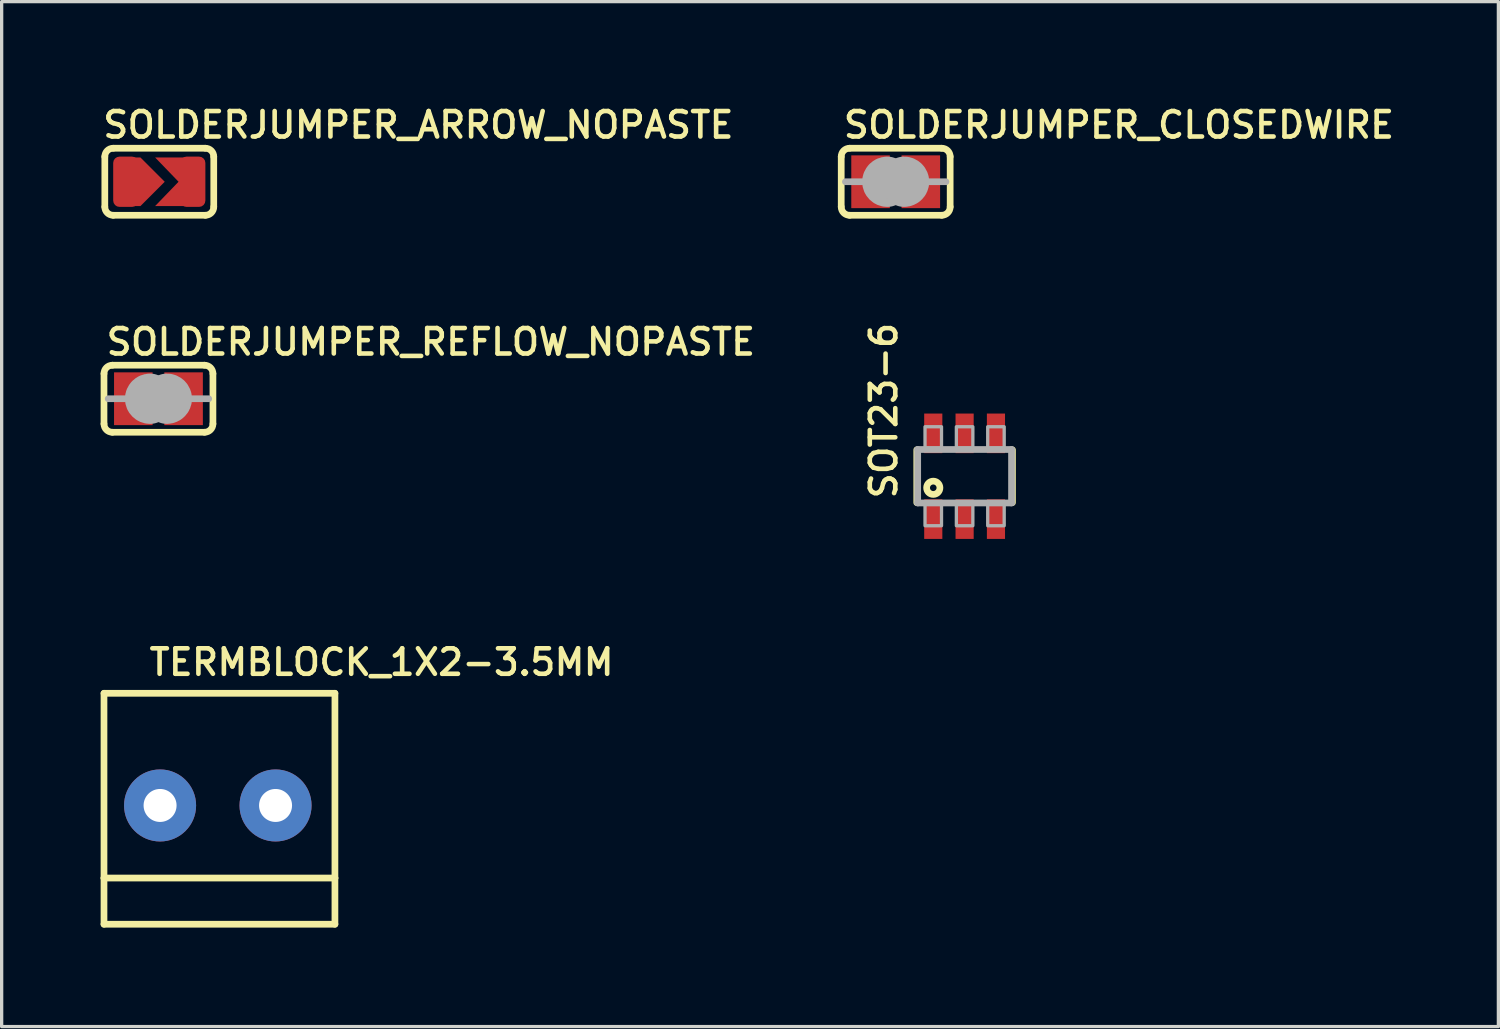
<source format=kicad_pcb>
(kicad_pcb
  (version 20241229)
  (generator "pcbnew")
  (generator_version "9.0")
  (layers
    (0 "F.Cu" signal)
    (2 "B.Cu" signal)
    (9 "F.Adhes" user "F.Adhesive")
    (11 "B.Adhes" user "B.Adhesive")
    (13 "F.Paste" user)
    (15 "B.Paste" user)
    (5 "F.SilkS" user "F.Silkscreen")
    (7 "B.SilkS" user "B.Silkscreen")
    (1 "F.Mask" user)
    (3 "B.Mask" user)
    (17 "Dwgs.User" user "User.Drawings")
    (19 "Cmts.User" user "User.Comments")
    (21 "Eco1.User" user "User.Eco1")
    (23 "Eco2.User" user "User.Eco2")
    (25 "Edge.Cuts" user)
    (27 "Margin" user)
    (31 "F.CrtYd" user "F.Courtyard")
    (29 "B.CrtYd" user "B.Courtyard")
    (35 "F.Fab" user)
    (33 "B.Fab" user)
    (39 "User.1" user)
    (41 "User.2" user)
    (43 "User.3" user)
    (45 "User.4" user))
  (footprint "SOT23-6"
    (layer "F.Cu")
    (at 26.188 11.385)
    (property "Reference" "SOT23-6" (at -2 0.749 90) (layer "F.SilkS") (effects (font (size 0.772 0.772) (thickness 0.139)) (justify left bottom)))
    (attr through_hole)
    (fp_line (start -1.45 -0.8) (end -1.45 0.8) (stroke (width 0.203) (type solid)) (layer "F.SilkS"))
    (fp_line (start 1.45 0.8) (end 1.45 -0.8) (stroke (width 0.203) (type solid)) (layer "F.SilkS"))
    (fp_circle (center -0.95 0.35) (end -0.85 0.35) (stroke (width 0.203) (type solid)) (fill no) (layer "F.SilkS"))
    (fp_line (start -1.422 -0.81) (end 1.422 -0.81) (stroke (width 0.203) (type solid)) (layer "F.Fab"))
    (fp_line (start -1.422 0.81) (end -1.422 -0.81) (stroke (width 0.203) (type solid)) (layer "F.Fab"))
    (fp_line (start 1.422 -0.81) (end 1.422 0.81) (stroke (width 0.203) (type solid)) (layer "F.Fab"))
    (fp_line (start 1.422 0.81) (end -1.422 0.81) (stroke (width 0.203) (type solid)) (layer "F.Fab"))
    (fp_poly (pts (xy -1.2 -0.85) (xy -0.7 -0.85) (xy -0.7 -1.5) (xy -1.2 -1.5)) (stroke (width 0.1) (type solid)) (fill no) (layer "F.Fab"))
    (fp_poly (pts (xy -1.2 1.5) (xy -0.7 1.5) (xy -0.7 0.85) (xy -1.2 0.85)) (stroke (width 0.1) (type solid)) (fill no) (layer "F.Fab"))
    (fp_poly (pts (xy -0.25 -0.85) (xy 0.25 -0.85) (xy 0.25 -1.5) (xy -0.25 -1.5)) (stroke (width 0.1) (type solid)) (fill no) (layer "F.Fab"))
    (fp_poly (pts (xy -0.25 1.5) (xy 0.25 1.5) (xy 0.25 0.85) (xy -0.25 0.85)) (stroke (width 0.1) (type solid)) (fill no) (layer "F.Fab"))
    (fp_poly (pts (xy 0.7 -0.85) (xy 1.2 -0.85) (xy 1.2 -1.5) (xy 0.7 -1.5)) (stroke (width 0.1) (type solid)) (fill no) (layer "F.Fab"))
    (fp_poly (pts (xy 0.7 1.5) (xy 1.2 1.5) (xy 1.2 0.85) (xy 0.7 0.85)) (stroke (width 0.1) (type solid)) (fill no) (layer "F.Fab"))
    (pad "1" smd rect (at -0.95 1.3) (size 0.55 1.2) (layers "F.Cu" "F.Mask" "F.Paste"))
    (pad "2" smd rect (at 0 1.3) (size 0.55 1.2) (layers "F.Cu" "F.Mask" "F.Paste"))
    (pad "3" smd rect (at 0.95 1.3) (size 0.55 1.2) (layers "F.Cu" "F.Mask" "F.Paste"))
    (pad "4" smd rect (at 0.95 -1.3) (size 0.55 1.2) (layers "F.Cu" "F.Mask" "F.Paste"))
    (pad "5" smd rect (at 0 -1.3) (size 0.55 1.2) (layers "F.Cu" "F.Mask" "F.Paste"))
    (pad "6" smd rect (at -0.95 -1.3) (size 0.55 1.2) (layers "F.Cu" "F.Mask" "F.Paste")))
  (footprint "TERMBLOCK_1X2-3.5MM"
    (layer "F.Cu")
    (at 3.502 21.364)
    (property "Reference" "TERMBLOCK_1X2-3.5MM" (at -2.1 -3.89 180) (layer "F.SilkS") (effects (font (size 0.772 0.772) (thickness 0.139)) (justify left bottom)))
    (attr through_hole)
    (fp_line (start -3.4 -3.4) (end -3.4 2.2) (stroke (width 0.203) (type solid)) (layer "F.SilkS"))
    (fp_line (start -3.4 2.2) (end -3.4 3.6) (stroke (width 0.203) (type solid)) (layer "F.SilkS"))
    (fp_line (start -3.4 2.2) (end 3.6 2.2) (stroke (width 0.203) (type solid)) (layer "F.SilkS"))
    (fp_line (start -3.4 3.6) (end 3.6 3.6) (stroke (width 0.203) (type solid)) (layer "F.SilkS"))
    (fp_line (start 3.6 -3.4) (end -3.4 -3.4) (stroke (width 0.203) (type solid)) (layer "F.SilkS"))
    (fp_line (start 3.6 2.2) (end 3.6 -3.4) (stroke (width 0.203) (type solid)) (layer "F.SilkS"))
    (fp_line (start 3.6 3.6) (end 3.6 2.2) (stroke (width 0.203) (type solid)) (layer "F.SilkS"))
    (pad "1" thru_hole circle (at 1.8 0) (size 2.184 2.184) (drill 1) (layers "*.Cu" "*.Mask"))
    (pad "2" thru_hole circle (at -1.7 0) (size 2.184 2.184) (drill 1) (layers "*.Cu" "*.Mask")))
  (footprint "SOLDERJUMPER_ARROW_NOPASTE"
    (layer "F.Cu")
    (at 1.778 2.459)
    (property "Reference" "SOLDERJUMPER_ARROW_NOPASTE" (at -1.778 -1.27 0) (layer "F.SilkS") (effects (font (size 0.772 0.772) (thickness 0.139)) (justify left bottom)))
    (attr through_hole)
    (fp_poly (pts (xy -1.143 -0.737) (xy -0.572 -0.737) (xy 0.165 0) (xy -0.572 0.737) (xy -1.143 0.737)) (stroke (width 0) (type solid)) (fill yes) (layer "F.Cu"))
    (fp_poly (pts (xy -0.127 -0.737) (xy 0.584 0) (xy -0.127 0.737) (xy 1.143 0.737) (xy 1.143 -0.737)) (stroke (width 0) (type solid)) (fill yes) (layer "F.Cu"))
    (fp_poly (pts (xy -1.46 0.826) (xy 1.46 0.826) (xy 1.46 -0.826) (xy -1.46 -0.826)) (stroke (width 0) (type solid)) (fill yes) (layer "F.Mask"))
    (fp_line (start -1.651 0.762) (end -1.651 -0.762) (stroke (width 0.203) (type solid)) (layer "F.SilkS"))
    (fp_line (start -1.397 -1.016) (end 1.397 -1.016) (stroke (width 0.203) (type solid)) (layer "F.SilkS"))
    (fp_line (start 1.397 1.016) (end -1.397 1.016) (stroke (width 0.203) (type solid)) (layer "F.SilkS"))
    (fp_line (start 1.651 0.762) (end 1.651 -0.762) (stroke (width 0.203) (type solid)) (layer "F.SilkS"))
    (fp_arc (start -1.651 -0.762) (mid -1.576605 -0.941605) (end -1.397 -1.016) (stroke (width 0.2032) (type solid)) (layer "F.SilkS"))
    (fp_arc (start -1.397 1.016) (mid -1.576605 0.941605) (end -1.651 0.762) (stroke (width 0.2032) (type solid)) (layer "F.SilkS"))
    (fp_arc (start 1.397 -1.016) (mid 1.576605 -0.941605) (end 1.651 -0.762) (stroke (width 0.2032) (type solid)) (layer "F.SilkS"))
    (fp_arc (start 1.651 0.762) (mid 1.576605 0.941605) (end 1.397 1.016) (stroke (width 0.2032) (type solid)) (layer "F.SilkS"))
    (pad "1" smd roundrect (at -1.016 0) (size 0.762 1.524) (layers "F.Cu" "F.Mask") (roundrect_rratio 0.25))
    (pad "2" smd roundrect (at 1.016 0) (size 0.762 1.524) (layers "F.Cu" "F.Mask") (roundrect_rratio 0.25)))
  (footprint "SOLDERJUMPER_CLOSEDWIRE"
    (layer "F.Cu")
    (at 24.099 2.459)
    (property "Reference" "SOLDERJUMPER_CLOSEDWIRE" (at -1.651 -1.27 180) (layer "F.SilkS") (effects (font (size 0.772 0.772) (thickness 0.139)) (justify left bottom)))
    (attr through_hole)
    (fp_poly (pts (xy -1.27 -0.762) (xy 1.27 -0.762) (xy 1.27 0.762) (xy -1.27 0.762)) (stroke (width 0) (type solid)) (fill yes) (layer "F.Mask"))
    (fp_line (start -1.651 0.762) (end -1.651 -0.762) (stroke (width 0.203) (type solid)) (layer "F.SilkS"))
    (fp_line (start -1.397 -1.016) (end 1.397 -1.016) (stroke (width 0.203) (type solid)) (layer "F.SilkS"))
    (fp_line (start 1.397 1.016) (end -1.397 1.016) (stroke (width 0.203) (type solid)) (layer "F.SilkS"))
    (fp_line (start 1.651 0.762) (end 1.651 -0.762) (stroke (width 0.203) (type solid)) (layer "F.SilkS"))
    (fp_arc (start -1.651 -0.762) (mid -1.576605 -0.941605) (end -1.397 -1.016) (stroke (width 0.2032) (type solid)) (layer "F.SilkS"))
    (fp_arc (start -1.397 1.016) (mid -1.576605 0.941605) (end -1.651 0.762) (stroke (width 0.2032) (type solid)) (layer "F.SilkS"))
    (fp_arc (start 1.397 -1.016) (mid 1.576605 -0.941605) (end 1.651 -0.762) (stroke (width 0.2032) (type solid)) (layer "F.SilkS"))
    (fp_arc (start 1.651 0.762) (mid 1.576605 0.941605) (end 1.397 1.016) (stroke (width 0.2032) (type solid)) (layer "F.SilkS"))
    (fp_line (start -1.016 0) (end -1.524 0) (stroke (width 0.203) (type solid)) (layer "F.Fab"))
    (fp_line (start 1.016 0) (end 1.524 0) (stroke (width 0.203) (type solid)) (layer "F.Fab"))
    (fp_arc (start -0.254 0.127) (mid -0.381 0) (end -0.254 -0.127) (stroke (width 1.27) (type solid)) (layer "F.Fab"))
    (fp_arc (start 0.254 -0.127) (mid 0.381 0) (end 0.254 0.127) (stroke (width 1.27) (type solid)) (layer "F.Fab"))
    (pad "1" smd rect (at -0.762 0) (size 1.168 1.6) (layers "F.Cu" "F.Mask"))
    (pad "2" smd rect (at 0.762 0) (size 1.168 1.6) (layers "F.Cu" "F.Mask"))
    (pad "WIRE" smd rect (at 0 0) (size 0.635 0.203) (layers "F.Cu" "F.Mask")))
  (footprint "SOLDERJUMPER_REFLOW_NOPASTE"
    (layer "F.Cu")
    (at 1.753 9.036)
    (property "Reference" "SOLDERJUMPER_REFLOW_NOPASTE" (at -1.651 -1.27 180) (layer "F.SilkS") (effects (font (size 0.772 0.772) (thickness 0.139)) (justify left bottom)))
    (attr through_hole)
    (fp_poly (pts (xy -0.076 0.914) (xy 0.076 0.914) (xy 0.076 -0.914) (xy -0.076 -0.914)) (stroke (width 0) (type solid)) (fill yes) (layer "F.Mask"))
    (fp_line (start -1.651 0.762) (end -1.651 -0.762) (stroke (width 0.203) (type solid)) (layer "F.SilkS"))
    (fp_line (start -1.397 -1.016) (end 1.397 -1.016) (stroke (width 0.203) (type solid)) (layer "F.SilkS"))
    (fp_line (start 1.397 1.016) (end -1.397 1.016) (stroke (width 0.203) (type solid)) (layer "F.SilkS"))
    (fp_line (start 1.651 0.762) (end 1.651 -0.762) (stroke (width 0.203) (type solid)) (layer "F.SilkS"))
    (fp_arc (start -1.651 -0.762) (mid -1.576605 -0.941605) (end -1.397 -1.016) (stroke (width 0.2032) (type solid)) (layer "F.SilkS"))
    (fp_arc (start -1.397 1.016) (mid -1.576605 0.941605) (end -1.651 0.762) (stroke (width 0.2032) (type solid)) (layer "F.SilkS"))
    (fp_arc (start 1.397 -1.016) (mid 1.576605 -0.941605) (end 1.651 -0.762) (stroke (width 0.2032) (type solid)) (layer "F.SilkS"))
    (fp_arc (start 1.651 0.762) (mid 1.576605 0.941605) (end 1.397 1.016) (stroke (width 0.2032) (type solid)) (layer "F.SilkS"))
    (fp_line (start -1.016 0) (end -1.524 0) (stroke (width 0.203) (type solid)) (layer "F.Fab"))
    (fp_line (start 1.016 0) (end 1.524 0) (stroke (width 0.203) (type solid)) (layer "F.Fab"))
    (fp_arc (start -0.254 0.127) (mid -0.381 0) (end -0.254 -0.127) (stroke (width 1.27) (type solid)) (layer "F.Fab"))
    (fp_arc (start 0.254 -0.127) (mid 0.381 0) (end 0.254 0.127) (stroke (width 1.27) (type solid)) (layer "F.Fab"))
    (pad "1" smd rect (at -0.762 0) (size 1.168 1.6) (layers "F.Cu" "F.Mask"))
    (pad "2" smd rect (at 0.762 0) (size 1.168 1.6) (layers "F.Cu" "F.Mask")))
  (gr_rect
    (start -3 -3)
    (end 42.367 28.066)
    (stroke (width 0.1) (type default))
    (fill no)
    (layer "Edge.Cuts")))
</source>
